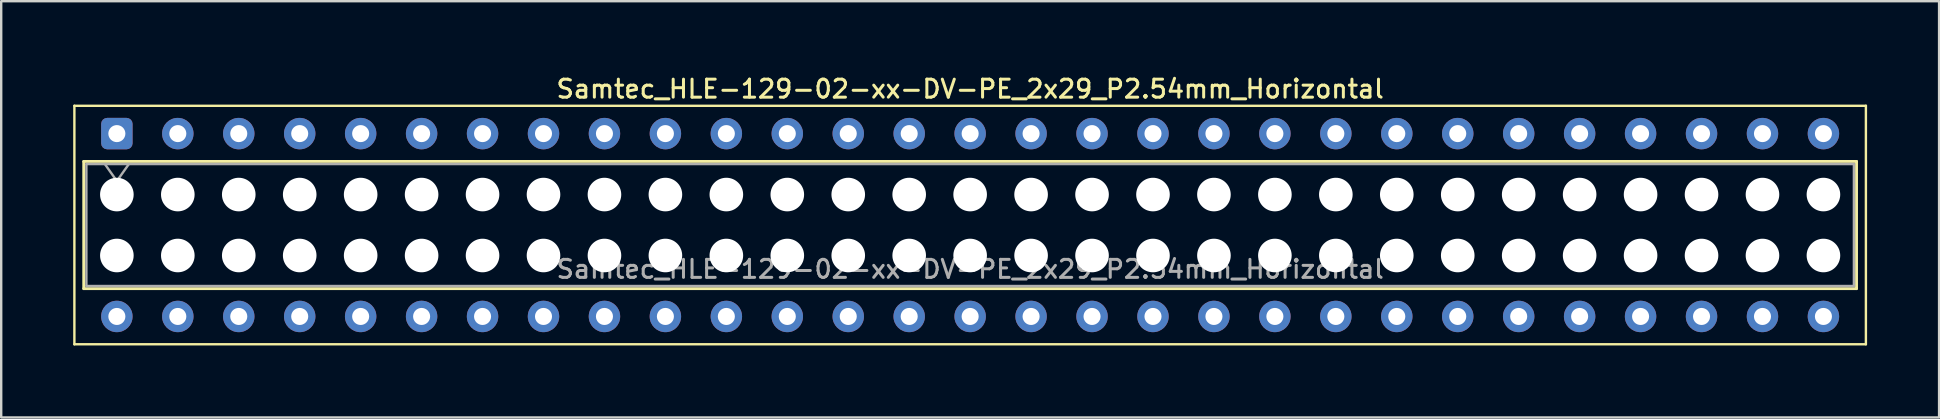
<source format=kicad_pcb>
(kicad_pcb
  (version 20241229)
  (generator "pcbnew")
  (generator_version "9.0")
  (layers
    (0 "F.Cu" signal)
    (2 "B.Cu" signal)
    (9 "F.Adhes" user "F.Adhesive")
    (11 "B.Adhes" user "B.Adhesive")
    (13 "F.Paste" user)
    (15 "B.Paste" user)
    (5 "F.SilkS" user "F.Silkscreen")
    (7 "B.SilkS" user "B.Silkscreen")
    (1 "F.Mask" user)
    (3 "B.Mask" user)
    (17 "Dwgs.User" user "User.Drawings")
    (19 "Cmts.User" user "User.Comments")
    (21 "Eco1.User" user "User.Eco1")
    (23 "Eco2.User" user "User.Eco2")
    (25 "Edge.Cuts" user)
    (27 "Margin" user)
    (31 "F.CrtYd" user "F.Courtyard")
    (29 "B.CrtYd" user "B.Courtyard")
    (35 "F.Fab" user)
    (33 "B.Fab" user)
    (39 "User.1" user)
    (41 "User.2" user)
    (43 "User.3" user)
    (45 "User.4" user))
  (footprint "Samtec_HLE-129-02-xx-DV-PE_2x29_P2.54mm_Horizontal"
    (layer "F.Cu")
    (at 1.82 2.518)
    (property "Reference" "Samtec_HLE-129-02-xx-DV-PE_2x29_P2.54mm_Horizontal" (at 35.56 -1.86 0) (layer "F.SilkS") (effects (font (size 0.75 0.75) (thickness 0.125))))
    (attr through_hole)
    (fp_line (start -1.77 -1.16) (end 72.89 -1.16) (stroke (width 0.1) (type solid)) (layer "F.SilkS"))
    (fp_line (start -1.77 8.78) (end -1.77 -1.16) (stroke (width 0.1) (type solid)) (layer "F.SilkS"))
    (fp_line (start -1.38 1.16) (end 72.5 1.16) (stroke (width 0.12) (type solid)) (layer "F.SilkS"))
    (fp_line (start -1.38 6.46) (end -1.38 1.16) (stroke (width 0.12) (type solid)) (layer "F.SilkS"))
    (fp_line (start 72.5 1.16) (end 72.5 6.46) (stroke (width 0.12) (type solid)) (layer "F.SilkS"))
    (fp_line (start 72.5 6.46) (end -1.38 6.46) (stroke (width 0.12) (type solid)) (layer "F.SilkS"))
    (fp_line (start 72.89 -1.16) (end 72.89 8.78) (stroke (width 0.1) (type solid)) (layer "F.SilkS"))
    (fp_line (start 72.89 8.78) (end -1.77 8.78) (stroke (width 0.1) (type solid)) (layer "F.SilkS"))
    (fp_line (start -1.27 1.27) (end 72.39 1.27) (stroke (width 0.1) (type solid)) (layer "F.Fab"))
    (fp_line (start -1.27 6.35) (end -1.27 1.27) (stroke (width 0.1) (type solid)) (layer "F.Fab"))
    (fp_line (start -0.5 1.27) (end 0 1.977) (stroke (width 0.1) (type solid)) (layer "F.Fab"))
    (fp_line (start 0 1.977) (end 0.5 1.27) (stroke (width 0.1) (type solid)) (layer "F.Fab"))
    (fp_line (start 72.39 1.27) (end 72.39 6.35) (stroke (width 0.1) (type solid)) (layer "F.Fab"))
    (fp_line (start 72.39 6.35) (end -1.27 6.35) (stroke (width 0.1) (type solid)) (layer "F.Fab"))
    (fp_text user "${REFERENCE}" (at 35.56 5.65 0) (layer "F.Fab") (effects (font (size 0.75 0.75) (thickness 0.125))))
    (pad "" np_thru_hole circle (at 0 2.54) (size 1.4 1.4) (drill 1.4) (layers "*.Cu" "*.Mask"))
    (pad "" np_thru_hole circle (at 0 5.08) (size 1.4 1.4) (drill 1.4) (layers "*.Cu" "*.Mask"))
    (pad "" np_thru_hole circle (at 2.54 2.54) (size 1.4 1.4) (drill 1.4) (layers "*.Cu" "*.Mask"))
    (pad "" np_thru_hole circle (at 2.54 5.08) (size 1.4 1.4) (drill 1.4) (layers "*.Cu" "*.Mask"))
    (pad "" np_thru_hole circle (at 5.08 2.54) (size 1.4 1.4) (drill 1.4) (layers "*.Cu" "*.Mask"))
    (pad "" np_thru_hole circle (at 5.08 5.08) (size 1.4 1.4) (drill 1.4) (layers "*.Cu" "*.Mask"))
    (pad "" np_thru_hole circle (at 7.62 2.54) (size 1.4 1.4) (drill 1.4) (layers "*.Cu" "*.Mask"))
    (pad "" np_thru_hole circle (at 7.62 5.08) (size 1.4 1.4) (drill 1.4) (layers "*.Cu" "*.Mask"))
    (pad "" np_thru_hole circle (at 10.16 2.54) (size 1.4 1.4) (drill 1.4) (layers "*.Cu" "*.Mask"))
    (pad "" np_thru_hole circle (at 10.16 5.08) (size 1.4 1.4) (drill 1.4) (layers "*.Cu" "*.Mask"))
    (pad "" np_thru_hole circle (at 12.7 2.54) (size 1.4 1.4) (drill 1.4) (layers "*.Cu" "*.Mask"))
    (pad "" np_thru_hole circle (at 12.7 5.08) (size 1.4 1.4) (drill 1.4) (layers "*.Cu" "*.Mask"))
    (pad "" np_thru_hole circle (at 15.24 2.54) (size 1.4 1.4) (drill 1.4) (layers "*.Cu" "*.Mask"))
    (pad "" np_thru_hole circle (at 15.24 5.08) (size 1.4 1.4) (drill 1.4) (layers "*.Cu" "*.Mask"))
    (pad "" np_thru_hole circle (at 17.78 2.54) (size 1.4 1.4) (drill 1.4) (layers "*.Cu" "*.Mask"))
    (pad "" np_thru_hole circle (at 17.78 5.08) (size 1.4 1.4) (drill 1.4) (layers "*.Cu" "*.Mask"))
    (pad "" np_thru_hole circle (at 20.32 2.54) (size 1.4 1.4) (drill 1.4) (layers "*.Cu" "*.Mask"))
    (pad "" np_thru_hole circle (at 20.32 5.08) (size 1.4 1.4) (drill 1.4) (layers "*.Cu" "*.Mask"))
    (pad "" np_thru_hole circle (at 22.86 2.54) (size 1.4 1.4) (drill 1.4) (layers "*.Cu" "*.Mask"))
    (pad "" np_thru_hole circle (at 22.86 5.08) (size 1.4 1.4) (drill 1.4) (layers "*.Cu" "*.Mask"))
    (pad "" np_thru_hole circle (at 25.4 2.54) (size 1.4 1.4) (drill 1.4) (layers "*.Cu" "*.Mask"))
    (pad "" np_thru_hole circle (at 25.4 5.08) (size 1.4 1.4) (drill 1.4) (layers "*.Cu" "*.Mask"))
    (pad "" np_thru_hole circle (at 27.94 2.54) (size 1.4 1.4) (drill 1.4) (layers "*.Cu" "*.Mask"))
    (pad "" np_thru_hole circle (at 27.94 5.08) (size 1.4 1.4) (drill 1.4) (layers "*.Cu" "*.Mask"))
    (pad "" np_thru_hole circle (at 30.48 2.54) (size 1.4 1.4) (drill 1.4) (layers "*.Cu" "*.Mask"))
    (pad "" np_thru_hole circle (at 30.48 5.08) (size 1.4 1.4) (drill 1.4) (layers "*.Cu" "*.Mask"))
    (pad "" np_thru_hole circle (at 33.02 2.54) (size 1.4 1.4) (drill 1.4) (layers "*.Cu" "*.Mask"))
    (pad "" np_thru_hole circle (at 33.02 5.08) (size 1.4 1.4) (drill 1.4) (layers "*.Cu" "*.Mask"))
    (pad "" np_thru_hole circle (at 35.56 2.54) (size 1.4 1.4) (drill 1.4) (layers "*.Cu" "*.Mask"))
    (pad "" np_thru_hole circle (at 35.56 5.08) (size 1.4 1.4) (drill 1.4) (layers "*.Cu" "*.Mask"))
    (pad "" np_thru_hole circle (at 38.1 2.54) (size 1.4 1.4) (drill 1.4) (layers "*.Cu" "*.Mask"))
    (pad "" np_thru_hole circle (at 38.1 5.08) (size 1.4 1.4) (drill 1.4) (layers "*.Cu" "*.Mask"))
    (pad "" np_thru_hole circle (at 40.64 2.54) (size 1.4 1.4) (drill 1.4) (layers "*.Cu" "*.Mask"))
    (pad "" np_thru_hole circle (at 40.64 5.08) (size 1.4 1.4) (drill 1.4) (layers "*.Cu" "*.Mask"))
    (pad "" np_thru_hole circle (at 43.18 2.54) (size 1.4 1.4) (drill 1.4) (layers "*.Cu" "*.Mask"))
    (pad "" np_thru_hole circle (at 43.18 5.08) (size 1.4 1.4) (drill 1.4) (layers "*.Cu" "*.Mask"))
    (pad "" np_thru_hole circle (at 45.72 2.54) (size 1.4 1.4) (drill 1.4) (layers "*.Cu" "*.Mask"))
    (pad "" np_thru_hole circle (at 45.72 5.08) (size 1.4 1.4) (drill 1.4) (layers "*.Cu" "*.Mask"))
    (pad "" np_thru_hole circle (at 48.26 2.54) (size 1.4 1.4) (drill 1.4) (layers "*.Cu" "*.Mask"))
    (pad "" np_thru_hole circle (at 48.26 5.08) (size 1.4 1.4) (drill 1.4) (layers "*.Cu" "*.Mask"))
    (pad "" np_thru_hole circle (at 50.8 2.54) (size 1.4 1.4) (drill 1.4) (layers "*.Cu" "*.Mask"))
    (pad "" np_thru_hole circle (at 50.8 5.08) (size 1.4 1.4) (drill 1.4) (layers "*.Cu" "*.Mask"))
    (pad "" np_thru_hole circle (at 53.34 2.54) (size 1.4 1.4) (drill 1.4) (layers "*.Cu" "*.Mask"))
    (pad "" np_thru_hole circle (at 53.34 5.08) (size 1.4 1.4) (drill 1.4) (layers "*.Cu" "*.Mask"))
    (pad "" np_thru_hole circle (at 55.88 2.54) (size 1.4 1.4) (drill 1.4) (layers "*.Cu" "*.Mask"))
    (pad "" np_thru_hole circle (at 55.88 5.08) (size 1.4 1.4) (drill 1.4) (layers "*.Cu" "*.Mask"))
    (pad "" np_thru_hole circle (at 58.42 2.54) (size 1.4 1.4) (drill 1.4) (layers "*.Cu" "*.Mask"))
    (pad "" np_thru_hole circle (at 58.42 5.08) (size 1.4 1.4) (drill 1.4) (layers "*.Cu" "*.Mask"))
    (pad "" np_thru_hole circle (at 60.96 2.54) (size 1.4 1.4) (drill 1.4) (layers "*.Cu" "*.Mask"))
    (pad "" np_thru_hole circle (at 60.96 5.08) (size 1.4 1.4) (drill 1.4) (layers "*.Cu" "*.Mask"))
    (pad "" np_thru_hole circle (at 63.5 2.54) (size 1.4 1.4) (drill 1.4) (layers "*.Cu" "*.Mask"))
    (pad "" np_thru_hole circle (at 63.5 5.08) (size 1.4 1.4) (drill 1.4) (layers "*.Cu" "*.Mask"))
    (pad "" np_thru_hole circle (at 66.04 2.54) (size 1.4 1.4) (drill 1.4) (layers "*.Cu" "*.Mask"))
    (pad "" np_thru_hole circle (at 66.04 5.08) (size 1.4 1.4) (drill 1.4) (layers "*.Cu" "*.Mask"))
    (pad "" np_thru_hole circle (at 68.58 2.54) (size 1.4 1.4) (drill 1.4) (layers "*.Cu" "*.Mask"))
    (pad "" np_thru_hole circle (at 68.58 5.08) (size 1.4 1.4) (drill 1.4) (layers "*.Cu" "*.Mask"))
    (pad "" np_thru_hole circle (at 71.12 2.54) (size 1.4 1.4) (drill 1.4) (layers "*.Cu" "*.Mask"))
    (pad "" np_thru_hole circle (at 71.12 5.08) (size 1.4 1.4) (drill 1.4) (layers "*.Cu" "*.Mask"))
    (pad "1" thru_hole roundrect (at 0 0) (size 1.31 1.31) (drill 0.71) (layers "*.Cu" "*.Mask") (roundrect_rratio 0.191))
    (pad "2" thru_hole circle (at 0 7.62) (size 1.31 1.31) (drill 0.71) (layers "*.Cu" "*.Mask"))
    (pad "3" thru_hole circle (at 2.54 0) (size 1.31 1.31) (drill 0.71) (layers "*.Cu" "*.Mask"))
    (pad "4" thru_hole circle (at 2.54 7.62) (size 1.31 1.31) (drill 0.71) (layers "*.Cu" "*.Mask"))
    (pad "5" thru_hole circle (at 5.08 0) (size 1.31 1.31) (drill 0.71) (layers "*.Cu" "*.Mask"))
    (pad "6" thru_hole circle (at 5.08 7.62) (size 1.31 1.31) (drill 0.71) (layers "*.Cu" "*.Mask"))
    (pad "7" thru_hole circle (at 7.62 0) (size 1.31 1.31) (drill 0.71) (layers "*.Cu" "*.Mask"))
    (pad "8" thru_hole circle (at 7.62 7.62) (size 1.31 1.31) (drill 0.71) (layers "*.Cu" "*.Mask"))
    (pad "9" thru_hole circle (at 10.16 0) (size 1.31 1.31) (drill 0.71) (layers "*.Cu" "*.Mask"))
    (pad "10" thru_hole circle (at 10.16 7.62) (size 1.31 1.31) (drill 0.71) (layers "*.Cu" "*.Mask"))
    (pad "11" thru_hole circle (at 12.7 0) (size 1.31 1.31) (drill 0.71) (layers "*.Cu" "*.Mask"))
    (pad "12" thru_hole circle (at 12.7 7.62) (size 1.31 1.31) (drill 0.71) (layers "*.Cu" "*.Mask"))
    (pad "13" thru_hole circle (at 15.24 0) (size 1.31 1.31) (drill 0.71) (layers "*.Cu" "*.Mask"))
    (pad "14" thru_hole circle (at 15.24 7.62) (size 1.31 1.31) (drill 0.71) (layers "*.Cu" "*.Mask"))
    (pad "15" thru_hole circle (at 17.78 0) (size 1.31 1.31) (drill 0.71) (layers "*.Cu" "*.Mask"))
    (pad "16" thru_hole circle (at 17.78 7.62) (size 1.31 1.31) (drill 0.71) (layers "*.Cu" "*.Mask"))
    (pad "17" thru_hole circle (at 20.32 0) (size 1.31 1.31) (drill 0.71) (layers "*.Cu" "*.Mask"))
    (pad "18" thru_hole circle (at 20.32 7.62) (size 1.31 1.31) (drill 0.71) (layers "*.Cu" "*.Mask"))
    (pad "19" thru_hole circle (at 22.86 0) (size 1.31 1.31) (drill 0.71) (layers "*.Cu" "*.Mask"))
    (pad "20" thru_hole circle (at 22.86 7.62) (size 1.31 1.31) (drill 0.71) (layers "*.Cu" "*.Mask"))
    (pad "21" thru_hole circle (at 25.4 0) (size 1.31 1.31) (drill 0.71) (layers "*.Cu" "*.Mask"))
    (pad "22" thru_hole circle (at 25.4 7.62) (size 1.31 1.31) (drill 0.71) (layers "*.Cu" "*.Mask"))
    (pad "23" thru_hole circle (at 27.94 0) (size 1.31 1.31) (drill 0.71) (layers "*.Cu" "*.Mask"))
    (pad "24" thru_hole circle (at 27.94 7.62) (size 1.31 1.31) (drill 0.71) (layers "*.Cu" "*.Mask"))
    (pad "25" thru_hole circle (at 30.48 0) (size 1.31 1.31) (drill 0.71) (layers "*.Cu" "*.Mask"))
    (pad "26" thru_hole circle (at 30.48 7.62) (size 1.31 1.31) (drill 0.71) (layers "*.Cu" "*.Mask"))
    (pad "27" thru_hole circle (at 33.02 0) (size 1.31 1.31) (drill 0.71) (layers "*.Cu" "*.Mask"))
    (pad "28" thru_hole circle (at 33.02 7.62) (size 1.31 1.31) (drill 0.71) (layers "*.Cu" "*.Mask"))
    (pad "29" thru_hole circle (at 35.56 0) (size 1.31 1.31) (drill 0.71) (layers "*.Cu" "*.Mask"))
    (pad "30" thru_hole circle (at 35.56 7.62) (size 1.31 1.31) (drill 0.71) (layers "*.Cu" "*.Mask"))
    (pad "31" thru_hole circle (at 38.1 0) (size 1.31 1.31) (drill 0.71) (layers "*.Cu" "*.Mask"))
    (pad "32" thru_hole circle (at 38.1 7.62) (size 1.31 1.31) (drill 0.71) (layers "*.Cu" "*.Mask"))
    (pad "33" thru_hole circle (at 40.64 0) (size 1.31 1.31) (drill 0.71) (layers "*.Cu" "*.Mask"))
    (pad "34" thru_hole circle (at 40.64 7.62) (size 1.31 1.31) (drill 0.71) (layers "*.Cu" "*.Mask"))
    (pad "35" thru_hole circle (at 43.18 0) (size 1.31 1.31) (drill 0.71) (layers "*.Cu" "*.Mask"))
    (pad "36" thru_hole circle (at 43.18 7.62) (size 1.31 1.31) (drill 0.71) (layers "*.Cu" "*.Mask"))
    (pad "37" thru_hole circle (at 45.72 0) (size 1.31 1.31) (drill 0.71) (layers "*.Cu" "*.Mask"))
    (pad "38" thru_hole circle (at 45.72 7.62) (size 1.31 1.31) (drill 0.71) (layers "*.Cu" "*.Mask"))
    (pad "39" thru_hole circle (at 48.26 0) (size 1.31 1.31) (drill 0.71) (layers "*.Cu" "*.Mask"))
    (pad "40" thru_hole circle (at 48.26 7.62) (size 1.31 1.31) (drill 0.71) (layers "*.Cu" "*.Mask"))
    (pad "41" thru_hole circle (at 50.8 0) (size 1.31 1.31) (drill 0.71) (layers "*.Cu" "*.Mask"))
    (pad "42" thru_hole circle (at 50.8 7.62) (size 1.31 1.31) (drill 0.71) (layers "*.Cu" "*.Mask"))
    (pad "43" thru_hole circle (at 53.34 0) (size 1.31 1.31) (drill 0.71) (layers "*.Cu" "*.Mask"))
    (pad "44" thru_hole circle (at 53.34 7.62) (size 1.31 1.31) (drill 0.71) (layers "*.Cu" "*.Mask"))
    (pad "45" thru_hole circle (at 55.88 0) (size 1.31 1.31) (drill 0.71) (layers "*.Cu" "*.Mask"))
    (pad "46" thru_hole circle (at 55.88 7.62) (size 1.31 1.31) (drill 0.71) (layers "*.Cu" "*.Mask"))
    (pad "47" thru_hole circle (at 58.42 0) (size 1.31 1.31) (drill 0.71) (layers "*.Cu" "*.Mask"))
    (pad "48" thru_hole circle (at 58.42 7.62) (size 1.31 1.31) (drill 0.71) (layers "*.Cu" "*.Mask"))
    (pad "49" thru_hole circle (at 60.96 0) (size 1.31 1.31) (drill 0.71) (layers "*.Cu" "*.Mask"))
    (pad "50" thru_hole circle (at 60.96 7.62) (size 1.31 1.31) (drill 0.71) (layers "*.Cu" "*.Mask"))
    (pad "51" thru_hole circle (at 63.5 0) (size 1.31 1.31) (drill 0.71) (layers "*.Cu" "*.Mask"))
    (pad "52" thru_hole circle (at 63.5 7.62) (size 1.31 1.31) (drill 0.71) (layers "*.Cu" "*.Mask"))
    (pad "53" thru_hole circle (at 66.04 0) (size 1.31 1.31) (drill 0.71) (layers "*.Cu" "*.Mask"))
    (pad "54" thru_hole circle (at 66.04 7.62) (size 1.31 1.31) (drill 0.71) (layers "*.Cu" "*.Mask"))
    (pad "55" thru_hole circle (at 68.58 0) (size 1.31 1.31) (drill 0.71) (layers "*.Cu" "*.Mask"))
    (pad "56" thru_hole circle (at 68.58 7.62) (size 1.31 1.31) (drill 0.71) (layers "*.Cu" "*.Mask"))
    (pad "57" thru_hole circle (at 71.12 0) (size 1.31 1.31) (drill 0.71) (layers "*.Cu" "*.Mask"))
    (pad "58" thru_hole circle (at 71.12 7.62) (size 1.31 1.31) (drill 0.71) (layers "*.Cu" "*.Mask")))
  (gr_rect
    (start -3 -3)
    (end 77.76 14.348)
    (stroke (width 0.1) (type default))
    (fill no)
    (layer "Edge.Cuts")))
</source>
